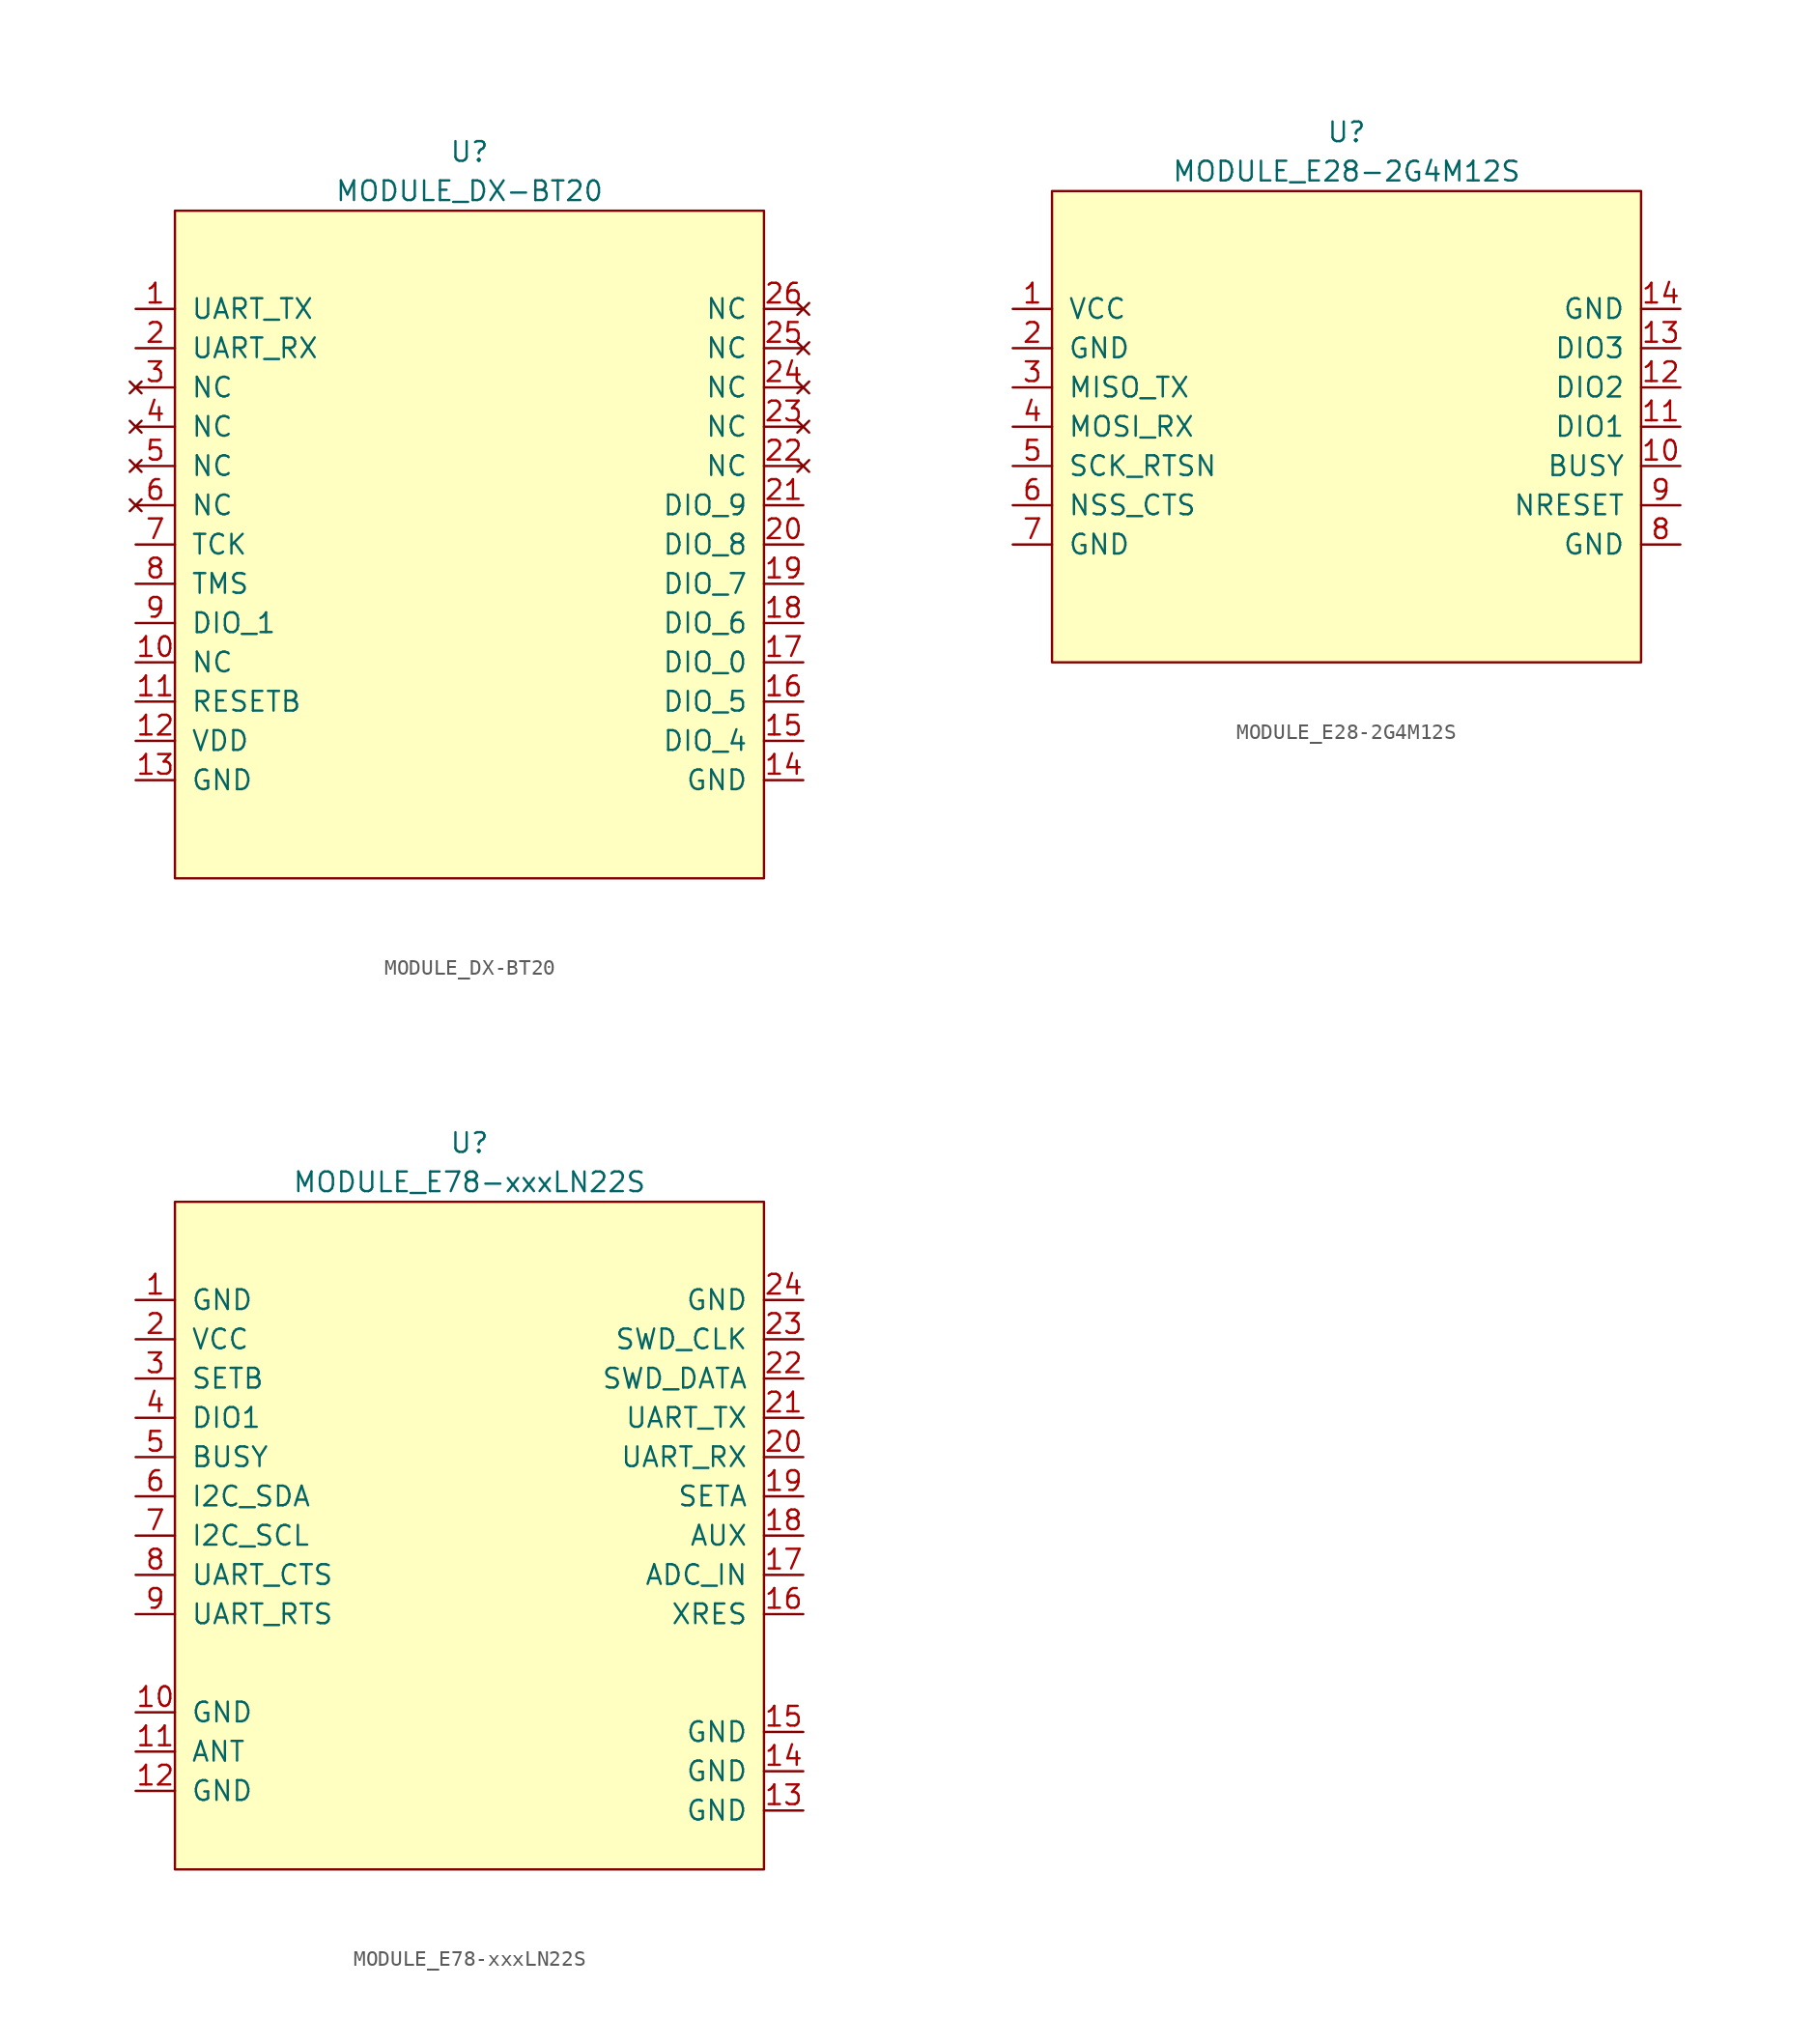
<source format=kicad_sym>
(kicad_symbol_lib
  (version 20211014)
  (generator kicad_symbol_editor)
  (symbol "MODULE_DX-BT20"
    (pin_names
      (offset 1.016))
    (property "Reference" "U"
      (at 0 25.4 0)
      (effects (font (size 1.27 1.27))))
    (property "Value" "MODULE_DX-BT20"
      (at 0 22.86 0)
      (effects (font (size 1.27 1.27))))
    (symbol "MODULE_DX-BT20_0_1"
      (rectangle (start -19.05 -21.59) (end 19.05 21.59) (stroke (width 0) (type default) (color 0 0 0 0)) (fill (type background))))
    (symbol "MODULE_DX-BT20_1_1"
      (pin output line (at -21.59 15.24 0) (length 2.54) (name "UART_TX" (effects (font (size 1.27 1.27)))) (number "1" (effects (font (size 1.27 1.27)))))
      (pin input line (at -21.59 -7.62 0) (length 2.54) (name "NC" (effects (font (size 1.27 1.27)))) (number "10" (effects (font (size 1.27 1.27)))))
      (pin input line (at -21.59 -10.16 0) (length 2.54) (name "RESETB" (effects (font (size 1.27 1.27)))) (number "11" (effects (font (size 1.27 1.27)))))
      (pin power_in line (at -21.59 -12.7 0) (length 2.54) (name "VDD" (effects (font (size 1.27 1.27)))) (number "12" (effects (font (size 1.27 1.27)))))
      (pin power_in line (at -21.59 -15.24 0) (length 2.54) (name "GND" (effects (font (size 1.27 1.27)))) (number "13" (effects (font (size 1.27 1.27)))))
      (pin power_in line (at 21.59 -15.24 180) (length 2.54) (name "GND" (effects (font (size 1.27 1.27)))) (number "14" (effects (font (size 1.27 1.27)))))
      (pin bidirectional line (at 21.59 -12.7 180) (length 2.54) (name "DIO_4" (effects (font (size 1.27 1.27)))) (number "15" (effects (font (size 1.27 1.27)))))
      (pin bidirectional line (at 21.59 -10.16 180) (length 2.54) (name "DIO_5" (effects (font (size 1.27 1.27)))) (number "16" (effects (font (size 1.27 1.27)))))
      (pin bidirectional line (at 21.59 -7.62 180) (length 2.54) (name "DIO_0" (effects (font (size 1.27 1.27)))) (number "17" (effects (font (size 1.27 1.27)))))
      (pin bidirectional line (at 21.59 -5.08 180) (length 2.54) (name "DIO_6" (effects (font (size 1.27 1.27)))) (number "18" (effects (font (size 1.27 1.27)))))
      (pin bidirectional line (at 21.59 -2.54 180) (length 2.54) (name "DIO_7" (effects (font (size 1.27 1.27)))) (number "19" (effects (font (size 1.27 1.27)))))
      (pin input line (at -21.59 12.7 0) (length 2.54) (name "UART_RX" (effects (font (size 1.27 1.27)))) (number "2" (effects (font (size 1.27 1.27)))))
      (pin bidirectional line (at 21.59 0 180) (length 2.54) (name "DIO_8" (effects (font (size 1.27 1.27)))) (number "20" (effects (font (size 1.27 1.27)))))
      (pin bidirectional line (at 21.59 2.54 180) (length 2.54) (name "DIO_9" (effects (font (size 1.27 1.27)))) (number "21" (effects (font (size 1.27 1.27)))))
      (pin no_connect line (at 21.59 5.08 180) (length 2.54) (name "NC" (effects (font (size 1.27 1.27)))) (number "22" (effects (font (size 1.27 1.27)))))
      (pin no_connect line (at 21.59 7.62 180) (length 2.54) (name "NC" (effects (font (size 1.27 1.27)))) (number "23" (effects (font (size 1.27 1.27)))))
      (pin no_connect line (at 21.59 10.16 180) (length 2.54) (name "NC" (effects (font (size 1.27 1.27)))) (number "24" (effects (font (size 1.27 1.27)))))
      (pin no_connect line (at 21.59 12.7 180) (length 2.54) (name "NC" (effects (font (size 1.27 1.27)))) (number "25" (effects (font (size 1.27 1.27)))))
      (pin no_connect line (at 21.59 15.24 180) (length 2.54) (name "NC" (effects (font (size 1.27 1.27)))) (number "26" (effects (font (size 1.27 1.27)))))
      (pin no_connect line (at -21.59 10.16 0) (length 2.54) (name "NC" (effects (font (size 1.27 1.27)))) (number "3" (effects (font (size 1.27 1.27)))))
      (pin no_connect line (at -21.59 7.62 0) (length 2.54) (name "NC" (effects (font (size 1.27 1.27)))) (number "4" (effects (font (size 1.27 1.27)))))
      (pin no_connect line (at -21.59 5.08 0) (length 2.54) (name "NC" (effects (font (size 1.27 1.27)))) (number "5" (effects (font (size 1.27 1.27)))))
      (pin no_connect line (at -21.59 2.54 0) (length 2.54) (name "NC" (effects (font (size 1.27 1.27)))) (number "6" (effects (font (size 1.27 1.27)))))
      (pin input line (at -21.59 0 0) (length 2.54) (name "TCK" (effects (font (size 1.27 1.27)))) (number "7" (effects (font (size 1.27 1.27)))))
      (pin bidirectional line (at -21.59 -2.54 0) (length 2.54) (name "TMS" (effects (font (size 1.27 1.27)))) (number "8" (effects (font (size 1.27 1.27)))))
      (pin bidirectional line (at -21.59 -5.08 0) (length 2.54) (name "DIO_1" (effects (font (size 1.27 1.27)))) (number "9" (effects (font (size 1.27 1.27)))))))
  (symbol "MODULE_E28-2G4M12S"
    (pin_names
      (offset 1.016))
    (property "Reference" "U"
      (at 0 12.7 0)
      (effects (font (size 1.27 1.27))))
    (property "Value" "MODULE_E28-2G4M12S"
      (at 0 10.16 0)
      (effects (font (size 1.27 1.27))))
    (symbol "MODULE_E28-2G4M12S_0_1"
      (rectangle (start -19.05 8.89) (end 19.05 -21.59) (stroke (width 0) (type default) (color 0 0 0 0)) (fill (type background))))
    (symbol "MODULE_E28-2G4M12S_1_1"
      (pin power_in line (at -21.59 1.27 0) (length 2.54) (name "VCC" (effects (font (size 1.27 1.27)))) (number "1" (effects (font (size 1.27 1.27)))))
      (pin output line (at 21.59 -8.89 180) (length 2.54) (name "BUSY" (effects (font (size 1.27 1.27)))) (number "10" (effects (font (size 1.27 1.27)))))
      (pin bidirectional line (at 21.59 -6.35 180) (length 2.54) (name "DIO1" (effects (font (size 1.27 1.27)))) (number "11" (effects (font (size 1.27 1.27)))))
      (pin bidirectional line (at 21.59 -3.81 180) (length 2.54) (name "DIO2" (effects (font (size 1.27 1.27)))) (number "12" (effects (font (size 1.27 1.27)))))
      (pin bidirectional line (at 21.59 -1.27 180) (length 2.54) (name "DIO3" (effects (font (size 1.27 1.27)))) (number "13" (effects (font (size 1.27 1.27)))))
      (pin power_in line (at 21.59 1.27 180) (length 2.54) (name "GND" (effects (font (size 1.27 1.27)))) (number "14" (effects (font (size 1.27 1.27)))))
      (pin power_in line (at -21.59 -1.27 0) (length 2.54) (name "GND" (effects (font (size 1.27 1.27)))) (number "2" (effects (font (size 1.27 1.27)))))
      (pin output line (at -21.59 -3.81 0) (length 2.54) (name "MISO_TX" (effects (font (size 1.27 1.27)))) (number "3" (effects (font (size 1.27 1.27)))))
      (pin input line (at -21.59 -6.35 0) (length 2.54) (name "MOSI_RX" (effects (font (size 1.27 1.27)))) (number "4" (effects (font (size 1.27 1.27)))))
      (pin input line (at -21.59 -8.89 0) (length 2.54) (name "SCK_RTSN" (effects (font (size 1.27 1.27)))) (number "5" (effects (font (size 1.27 1.27)))))
      (pin input line (at -21.59 -11.43 0) (length 2.54) (name "NSS_CTS" (effects (font (size 1.27 1.27)))) (number "6" (effects (font (size 1.27 1.27)))))
      (pin bidirectional line (at -21.59 -13.97 0) (length 2.54) (name "GND" (effects (font (size 1.27 1.27)))) (number "7" (effects (font (size 1.27 1.27)))))
      (pin bidirectional line (at 21.59 -13.97 180) (length 2.54) (name "GND" (effects (font (size 1.27 1.27)))) (number "8" (effects (font (size 1.27 1.27)))))
      (pin input line (at 21.59 -11.43 180) (length 2.54) (name "NRESET" (effects (font (size 1.27 1.27)))) (number "9" (effects (font (size 1.27 1.27)))))))
  (symbol "MODULE_E78-xxxLN22S"
    (pin_names
      (offset 1.016))
    (property "Reference" "U"
      (at 0 25.4 0)
      (effects (font (size 1.27 1.27))))
    (property "Value" "MODULE_E78-xxxLN22S"
      (at 0 22.86 0)
      (effects (font (size 1.27 1.27))))
    (symbol "MODULE_E78-xxxLN22S_0_1"
      (rectangle (start -19.05 -21.59) (end 19.05 21.59) (stroke (width 0) (type default) (color 0 0 0 0)) (fill (type background))))
    (symbol "MODULE_E78-xxxLN22S_1_1"
      (pin power_in line (at -21.59 15.24 0) (length 2.54) (name "GND" (effects (font (size 1.27 1.27)))) (number "1" (effects (font (size 1.27 1.27)))))
      (pin power_in line (at -21.59 -11.43 0) (length 2.54) (name "GND" (effects (font (size 1.27 1.27)))) (number "10" (effects (font (size 1.27 1.27)))))
      (pin output line (at -21.59 -13.97 0) (length 2.54) (name "ANT" (effects (font (size 1.27 1.27)))) (number "11" (effects (font (size 1.27 1.27)))))
      (pin power_in line (at -21.59 -16.51 0) (length 2.54) (name "GND" (effects (font (size 1.27 1.27)))) (number "12" (effects (font (size 1.27 1.27)))))
      (pin power_in line (at 21.59 -17.78 180) (length 2.54) (name "GND" (effects (font (size 1.27 1.27)))) (number "13" (effects (font (size 1.27 1.27)))))
      (pin power_in line (at 21.59 -15.24 180) (length 2.54) (name "GND" (effects (font (size 1.27 1.27)))) (number "14" (effects (font (size 1.27 1.27)))))
      (pin power_in line (at 21.59 -12.7 180) (length 2.54) (name "GND" (effects (font (size 1.27 1.27)))) (number "15" (effects (font (size 1.27 1.27)))))
      (pin input line (at 21.59 -5.08 180) (length 2.54) (name "XRES" (effects (font (size 1.27 1.27)))) (number "16" (effects (font (size 1.27 1.27)))))
      (pin input line (at 21.59 -2.54 180) (length 2.54) (name "ADC_IN" (effects (font (size 1.27 1.27)))) (number "17" (effects (font (size 1.27 1.27)))))
      (pin bidirectional line (at 21.59 0 180) (length 2.54) (name "AUX" (effects (font (size 1.27 1.27)))) (number "18" (effects (font (size 1.27 1.27)))))
      (pin bidirectional line (at 21.59 2.54 180) (length 2.54) (name "SETA" (effects (font (size 1.27 1.27)))) (number "19" (effects (font (size 1.27 1.27)))))
      (pin power_in line (at -21.59 12.7 0) (length 2.54) (name "VCC" (effects (font (size 1.27 1.27)))) (number "2" (effects (font (size 1.27 1.27)))))
      (pin bidirectional line (at 21.59 5.08 180) (length 2.54) (name "UART_RX" (effects (font (size 1.27 1.27)))) (number "20" (effects (font (size 1.27 1.27)))))
      (pin bidirectional line (at 21.59 7.62 180) (length 2.54) (name "UART_TX" (effects (font (size 1.27 1.27)))) (number "21" (effects (font (size 1.27 1.27)))))
      (pin bidirectional line (at 21.59 10.16 180) (length 2.54) (name "SWD_DATA" (effects (font (size 1.27 1.27)))) (number "22" (effects (font (size 1.27 1.27)))))
      (pin input line (at 21.59 12.7 180) (length 2.54) (name "SWD_CLK" (effects (font (size 1.27 1.27)))) (number "23" (effects (font (size 1.27 1.27)))))
      (pin power_in line (at 21.59 15.24 180) (length 2.54) (name "GND" (effects (font (size 1.27 1.27)))) (number "24" (effects (font (size 1.27 1.27)))))
      (pin input line (at -21.59 10.16 0) (length 2.54) (name "SETB" (effects (font (size 1.27 1.27)))) (number "3" (effects (font (size 1.27 1.27)))))
      (pin bidirectional line (at -21.59 7.62 0) (length 2.54) (name "DIO1" (effects (font (size 1.27 1.27)))) (number "4" (effects (font (size 1.27 1.27)))))
      (pin bidirectional line (at -21.59 5.08 0) (length 2.54) (name "BUSY" (effects (font (size 1.27 1.27)))) (number "5" (effects (font (size 1.27 1.27)))))
      (pin bidirectional line (at -21.59 2.54 0) (length 2.54) (name "I2C_SDA" (effects (font (size 1.27 1.27)))) (number "6" (effects (font (size 1.27 1.27)))))
      (pin bidirectional line (at -21.59 0 0) (length 2.54) (name "I2C_SCL" (effects (font (size 1.27 1.27)))) (number "7" (effects (font (size 1.27 1.27)))))
      (pin bidirectional line (at -21.59 -2.54 0) (length 2.54) (name "UART_CTS" (effects (font (size 1.27 1.27)))) (number "8" (effects (font (size 1.27 1.27)))))
      (pin bidirectional line (at -21.59 -5.08 0) (length 2.54) (name "UART_RTS" (effects (font (size 1.27 1.27)))) (number "9" (effects (font (size 1.27 1.27))))))))
</source>
